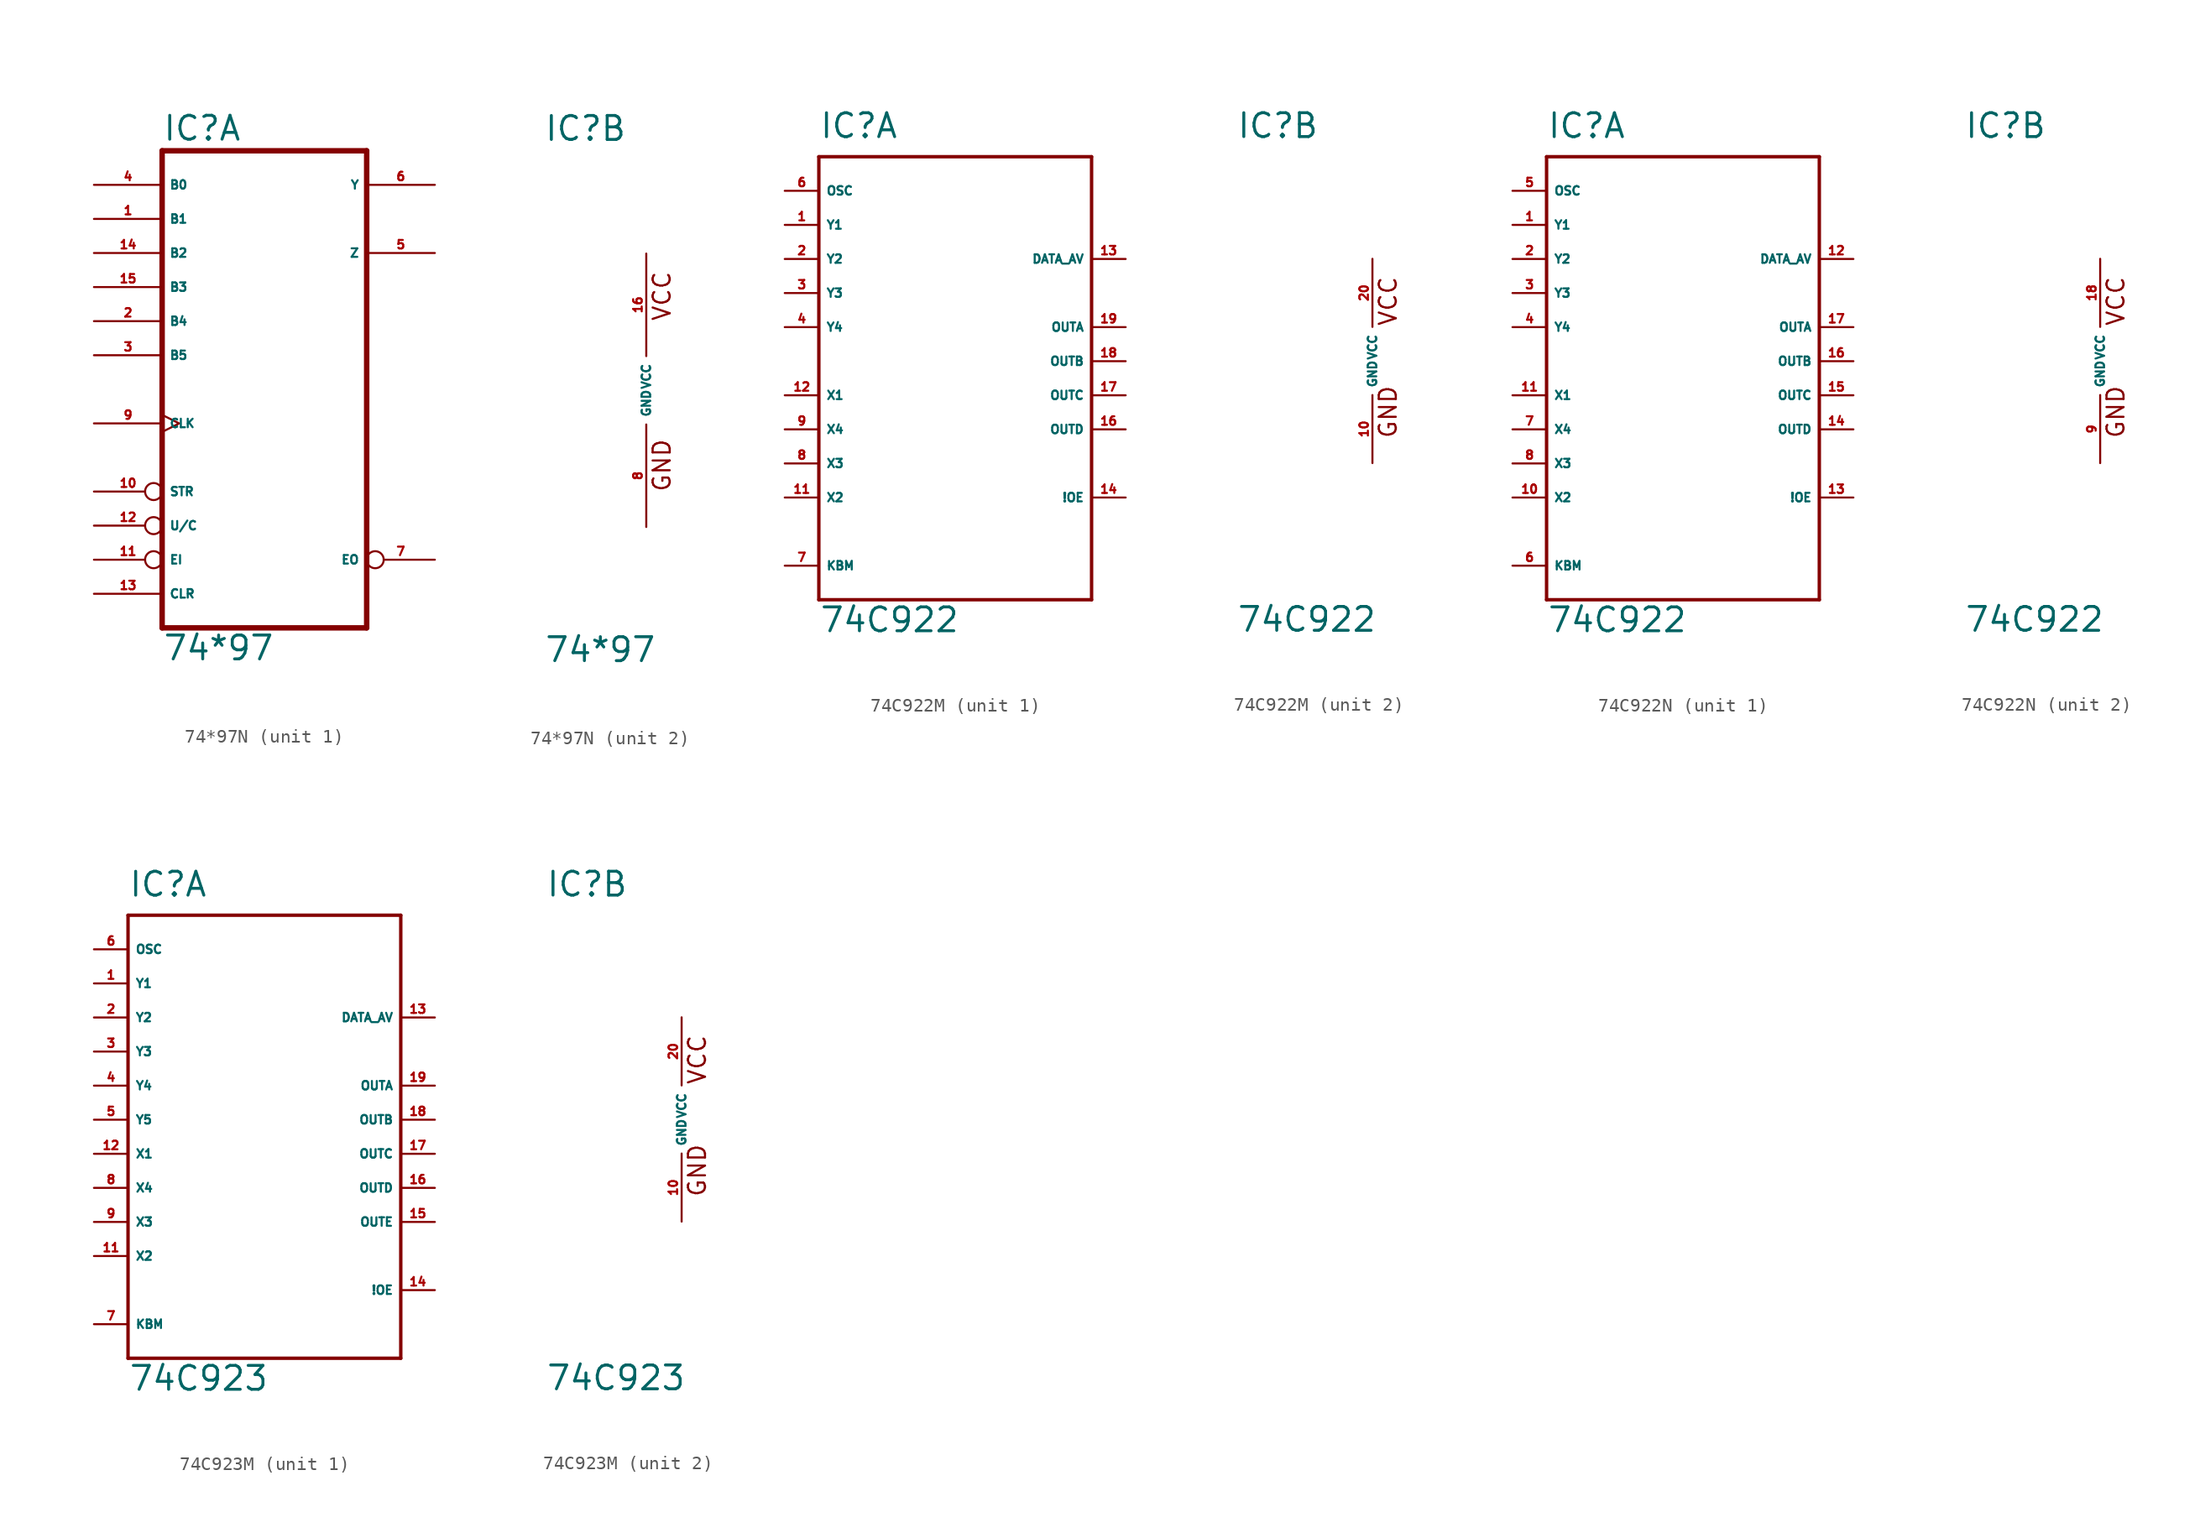
<source format=kicad_sym>
(kicad_symbol_lib
  (version 20220914)
  (generator Eagle2Kicad)
  (symbol "74*97N"
    (property "Reference" "IC"
      (at -7.62 18.415 0)
      (effects (font (size 1.778 1.778) (thickness 0.22)) (justify left bottom)))
    (property "Value" "74*97"
      (at -7.62 -20.32 0)
      (effects (font (size 1.778 1.778) (thickness 0.22)) (justify left bottom)))
    (symbol "74*97N_1_0"
      (polyline (pts (xy -7.62 -17.78) (xy 7.62 -17.78)) (stroke (width 0.406) (type default)) (fill (type none)))
      (polyline (pts (xy 7.62 -17.78) (xy 7.62 17.78)) (stroke (width 0.406) (type default)) (fill (type none)))
      (polyline (pts (xy 7.62 17.78) (xy -7.62 17.78)) (stroke (width 0.406) (type default)) (fill (type none)))
      (polyline (pts (xy -7.62 17.78) (xy -7.62 -17.78)) (stroke (width 0.406) (type default)) (fill (type none)))
      (pin input line (at -12.7 12.7 0) (length 5.08) (name "B1" (effects (font (size 0.635 0.635) (thickness 0.08)) (justify left bottom))) (number "1" (effects (font (size 0.635 0.635) (thickness 0.08)) (justify left bottom))))
      (pin input line (at -12.7 5.08 0) (length 5.08) (name "B4" (effects (font (size 0.635 0.635) (thickness 0.08)) (justify left bottom))) (number "2" (effects (font (size 0.635 0.635) (thickness 0.08)) (justify left bottom))))
      (pin input line (at -12.7 2.54 0) (length 5.08) (name "B5" (effects (font (size 0.635 0.635) (thickness 0.08)) (justify left bottom))) (number "3" (effects (font (size 0.635 0.635) (thickness 0.08)) (justify left bottom))))
      (pin input line (at -12.7 15.24 0) (length 5.08) (name "B0" (effects (font (size 0.635 0.635) (thickness 0.08)) (justify left bottom))) (number "4" (effects (font (size 0.635 0.635) (thickness 0.08)) (justify left bottom))))
      (pin output line (at 12.7 10.16 180) (length 5.08) (name "Z" (effects (font (size 0.635 0.635) (thickness 0.08)) (justify left bottom))) (number "5" (effects (font (size 0.635 0.635) (thickness 0.08)) (justify left bottom))))
      (pin output line (at 12.7 15.24 180) (length 5.08) (name "Y" (effects (font (size 0.635 0.635) (thickness 0.08)) (justify left bottom))) (number "6" (effects (font (size 0.635 0.635) (thickness 0.08)) (justify left bottom))))
      (pin output inverted (at 12.7 -12.7 180) (length 5.08) (name "EO" (effects (font (size 0.635 0.635) (thickness 0.08)) (justify left bottom))) (number "7" (effects (font (size 0.635 0.635) (thickness 0.08)) (justify left bottom))))
      (pin input clock (at -12.7 -2.54 0) (length 5.08) (name "CLK" (effects (font (size 0.635 0.635) (thickness 0.08)) (justify left bottom))) (number "9" (effects (font (size 0.635 0.635) (thickness 0.08)) (justify left bottom))))
      (pin input inverted (at -12.7 -7.62 0) (length 5.08) (name "STR" (effects (font (size 0.635 0.635) (thickness 0.08)) (justify left bottom))) (number "10" (effects (font (size 0.635 0.635) (thickness 0.08)) (justify left bottom))))
      (pin input inverted (at -12.7 -12.7 0) (length 5.08) (name "EI" (effects (font (size 0.635 0.635) (thickness 0.08)) (justify left bottom))) (number "11" (effects (font (size 0.635 0.635) (thickness 0.08)) (justify left bottom))))
      (pin input inverted (at -12.7 -10.16 0) (length 5.08) (name "U/C" (effects (font (size 0.635 0.635) (thickness 0.08)) (justify left bottom))) (number "12" (effects (font (size 0.635 0.635) (thickness 0.08)) (justify left bottom))))
      (pin input line (at -12.7 -15.24 0) (length 5.08) (name "CLR" (effects (font (size 0.635 0.635) (thickness 0.08)) (justify left bottom))) (number "13" (effects (font (size 0.635 0.635) (thickness 0.08)) (justify left bottom))))
      (pin input line (at -12.7 10.16 0) (length 5.08) (name "B2" (effects (font (size 0.635 0.635) (thickness 0.08)) (justify left bottom))) (number "14" (effects (font (size 0.635 0.635) (thickness 0.08)) (justify left bottom))))
      (pin input line (at -12.7 7.62 0) (length 5.08) (name "B3" (effects (font (size 0.635 0.635) (thickness 0.08)) (justify left bottom))) (number "15" (effects (font (size 0.635 0.635) (thickness 0.08)) (justify left bottom)))))
    (symbol "74*97N_2_0"
      (text "GND" (at 1.905 -7.62 900) (effects (font (size 1.27 1.27) (thickness 0.16)) (justify left bottom)))
      (text "VCC" (at 1.905 5.08 900) (effects (font (size 1.27 1.27) (thickness 0.16)) (justify left bottom)))
      (pin unspecified line (at 0 -10.16 90) (length 7.62) (name "GND" (effects (font (size 0.635 0.635) (thickness 0.08)) (justify left bottom))) (number "8" (effects (font (size 0.635 0.635) (thickness 0.08)) (justify left bottom))))
      (pin unspecified line (at 0 10.16 270) (length 7.62) (name "VCC" (effects (font (size 0.635 0.635) (thickness 0.08)) (justify left bottom))) (number "16" (effects (font (size 0.635 0.635) (thickness 0.08)) (justify left bottom))))))
  (symbol "74C922M"
    (property "Reference" "IC"
      (at -10.16 16.51 0)
      (effects (font (size 1.778 1.778) (thickness 0.22)) (justify left bottom)))
    (property "Value" "74C922"
      (at -10.16 -20.32 0)
      (effects (font (size 1.778 1.778) (thickness 0.22)) (justify left bottom)))
    (symbol "74C922M_1_0"
      (polyline (pts (xy -10.16 15.24) (xy 10.16 15.24)) (stroke (width 0.254) (type default)) (fill (type none)))
      (polyline (pts (xy 10.16 15.24) (xy 10.16 -17.78)) (stroke (width 0.254) (type default)) (fill (type none)))
      (polyline (pts (xy 10.16 -17.78) (xy -10.16 -17.78)) (stroke (width 0.254) (type default)) (fill (type none)))
      (polyline (pts (xy -10.16 -17.78) (xy -10.16 15.24)) (stroke (width 0.254) (type default)) (fill (type none)))
      (pin input line (at -12.7 10.16 0) (length 2.54) (name "Y1" (effects (font (size 0.635 0.635) (thickness 0.08)) (justify left bottom))) (number "1" (effects (font (size 0.635 0.635) (thickness 0.08)) (justify left bottom))))
      (pin input line (at -12.7 7.62 0) (length 2.54) (name "Y2" (effects (font (size 0.635 0.635) (thickness 0.08)) (justify left bottom))) (number "2" (effects (font (size 0.635 0.635) (thickness 0.08)) (justify left bottom))))
      (pin input line (at -12.7 5.08 0) (length 2.54) (name "Y3" (effects (font (size 0.635 0.635) (thickness 0.08)) (justify left bottom))) (number "3" (effects (font (size 0.635 0.635) (thickness 0.08)) (justify left bottom))))
      (pin input line (at -12.7 2.54 0) (length 2.54) (name "Y4" (effects (font (size 0.635 0.635) (thickness 0.08)) (justify left bottom))) (number "4" (effects (font (size 0.635 0.635) (thickness 0.08)) (justify left bottom))))
      (pin input line (at -12.7 12.7 0) (length 2.54) (name "OSC" (effects (font (size 0.635 0.635) (thickness 0.08)) (justify left bottom))) (number "6" (effects (font (size 0.635 0.635) (thickness 0.08)) (justify left bottom))))
      (pin input line (at -12.7 -15.24 0) (length 2.54) (name "KBM" (effects (font (size 0.635 0.635) (thickness 0.08)) (justify left bottom))) (number "7" (effects (font (size 0.635 0.635) (thickness 0.08)) (justify left bottom))))
      (pin input line (at -12.7 -2.54 0) (length 2.54) (name "X1" (effects (font (size 0.635 0.635) (thickness 0.08)) (justify left bottom))) (number "12" (effects (font (size 0.635 0.635) (thickness 0.08)) (justify left bottom))))
      (pin input line (at -12.7 -10.16 0) (length 2.54) (name "X2" (effects (font (size 0.635 0.635) (thickness 0.08)) (justify left bottom))) (number "11" (effects (font (size 0.635 0.635) (thickness 0.08)) (justify left bottom))))
      (pin input line (at -12.7 -7.62 0) (length 2.54) (name "X3" (effects (font (size 0.635 0.635) (thickness 0.08)) (justify left bottom))) (number "8" (effects (font (size 0.635 0.635) (thickness 0.08)) (justify left bottom))))
      (pin input line (at -12.7 -5.08 0) (length 2.54) (name "X4" (effects (font (size 0.635 0.635) (thickness 0.08)) (justify left bottom))) (number "9" (effects (font (size 0.635 0.635) (thickness 0.08)) (justify left bottom))))
      (pin output line (at 12.7 7.62 180) (length 2.54) (name "DATA_AV" (effects (font (size 0.635 0.635) (thickness 0.08)) (justify left bottom))) (number "13" (effects (font (size 0.635 0.635) (thickness 0.08)) (justify left bottom))))
      (pin input line (at 12.7 -10.16 180) (length 2.54) (name "!OE" (effects (font (size 0.635 0.635) (thickness 0.08)) (justify left bottom))) (number "14" (effects (font (size 0.635 0.635) (thickness 0.08)) (justify left bottom))))
      (pin output line (at 12.7 2.54 180) (length 2.54) (name "OUTA" (effects (font (size 0.635 0.635) (thickness 0.08)) (justify left bottom))) (number "19" (effects (font (size 0.635 0.635) (thickness 0.08)) (justify left bottom))))
      (pin output line (at 12.7 0 180) (length 2.54) (name "OUTB" (effects (font (size 0.635 0.635) (thickness 0.08)) (justify left bottom))) (number "18" (effects (font (size 0.635 0.635) (thickness 0.08)) (justify left bottom))))
      (pin output line (at 12.7 -2.54 180) (length 2.54) (name "OUTC" (effects (font (size 0.635 0.635) (thickness 0.08)) (justify left bottom))) (number "17" (effects (font (size 0.635 0.635) (thickness 0.08)) (justify left bottom))))
      (pin output line (at 12.7 -5.08 180) (length 2.54) (name "OUTD" (effects (font (size 0.635 0.635) (thickness 0.08)) (justify left bottom))) (number "16" (effects (font (size 0.635 0.635) (thickness 0.08)) (justify left bottom)))))
    (symbol "74C922M_2_0"
      (text "GND" (at 1.905 -5.842 900) (effects (font (size 1.27 1.27) (thickness 0.16)) (justify left bottom)))
      (text "VCC" (at 1.905 2.54 900) (effects (font (size 1.27 1.27) (thickness 0.16)) (justify left bottom)))
      (pin unspecified line (at 0 -7.62 90) (length 5.08) (name "GND" (effects (font (size 0.635 0.635) (thickness 0.08)) (justify left bottom))) (number "10" (effects (font (size 0.635 0.635) (thickness 0.08)) (justify left bottom))))
      (pin unspecified line (at 0 7.62 270) (length 5.08) (name "VCC" (effects (font (size 0.635 0.635) (thickness 0.08)) (justify left bottom))) (number "20" (effects (font (size 0.635 0.635) (thickness 0.08)) (justify left bottom))))))
  (symbol "74C922N"
    (property "Reference" "IC"
      (at -10.16 16.51 0)
      (effects (font (size 1.778 1.778) (thickness 0.22)) (justify left bottom)))
    (property "Value" "74C922"
      (at -10.16 -20.32 0)
      (effects (font (size 1.778 1.778) (thickness 0.22)) (justify left bottom)))
    (symbol "74C922N_1_0"
      (polyline (pts (xy -10.16 15.24) (xy 10.16 15.24)) (stroke (width 0.254) (type default)) (fill (type none)))
      (polyline (pts (xy 10.16 15.24) (xy 10.16 -17.78)) (stroke (width 0.254) (type default)) (fill (type none)))
      (polyline (pts (xy 10.16 -17.78) (xy -10.16 -17.78)) (stroke (width 0.254) (type default)) (fill (type none)))
      (polyline (pts (xy -10.16 -17.78) (xy -10.16 15.24)) (stroke (width 0.254) (type default)) (fill (type none)))
      (pin input line (at -12.7 10.16 0) (length 2.54) (name "Y1" (effects (font (size 0.635 0.635) (thickness 0.08)) (justify left bottom))) (number "1" (effects (font (size 0.635 0.635) (thickness 0.08)) (justify left bottom))))
      (pin input line (at -12.7 7.62 0) (length 2.54) (name "Y2" (effects (font (size 0.635 0.635) (thickness 0.08)) (justify left bottom))) (number "2" (effects (font (size 0.635 0.635) (thickness 0.08)) (justify left bottom))))
      (pin input line (at -12.7 5.08 0) (length 2.54) (name "Y3" (effects (font (size 0.635 0.635) (thickness 0.08)) (justify left bottom))) (number "3" (effects (font (size 0.635 0.635) (thickness 0.08)) (justify left bottom))))
      (pin input line (at -12.7 2.54 0) (length 2.54) (name "Y4" (effects (font (size 0.635 0.635) (thickness 0.08)) (justify left bottom))) (number "4" (effects (font (size 0.635 0.635) (thickness 0.08)) (justify left bottom))))
      (pin input line (at -12.7 12.7 0) (length 2.54) (name "OSC" (effects (font (size 0.635 0.635) (thickness 0.08)) (justify left bottom))) (number "5" (effects (font (size 0.635 0.635) (thickness 0.08)) (justify left bottom))))
      (pin input line (at -12.7 -15.24 0) (length 2.54) (name "KBM" (effects (font (size 0.635 0.635) (thickness 0.08)) (justify left bottom))) (number "6" (effects (font (size 0.635 0.635) (thickness 0.08)) (justify left bottom))))
      (pin input line (at -12.7 -2.54 0) (length 2.54) (name "X1" (effects (font (size 0.635 0.635) (thickness 0.08)) (justify left bottom))) (number "11" (effects (font (size 0.635 0.635) (thickness 0.08)) (justify left bottom))))
      (pin input line (at -12.7 -10.16 0) (length 2.54) (name "X2" (effects (font (size 0.635 0.635) (thickness 0.08)) (justify left bottom))) (number "10" (effects (font (size 0.635 0.635) (thickness 0.08)) (justify left bottom))))
      (pin input line (at -12.7 -7.62 0) (length 2.54) (name "X3" (effects (font (size 0.635 0.635) (thickness 0.08)) (justify left bottom))) (number "8" (effects (font (size 0.635 0.635) (thickness 0.08)) (justify left bottom))))
      (pin input line (at -12.7 -5.08 0) (length 2.54) (name "X4" (effects (font (size 0.635 0.635) (thickness 0.08)) (justify left bottom))) (number "7" (effects (font (size 0.635 0.635) (thickness 0.08)) (justify left bottom))))
      (pin output line (at 12.7 7.62 180) (length 2.54) (name "DATA_AV" (effects (font (size 0.635 0.635) (thickness 0.08)) (justify left bottom))) (number "12" (effects (font (size 0.635 0.635) (thickness 0.08)) (justify left bottom))))
      (pin input line (at 12.7 -10.16 180) (length 2.54) (name "!OE" (effects (font (size 0.635 0.635) (thickness 0.08)) (justify left bottom))) (number "13" (effects (font (size 0.635 0.635) (thickness 0.08)) (justify left bottom))))
      (pin output line (at 12.7 2.54 180) (length 2.54) (name "OUTA" (effects (font (size 0.635 0.635) (thickness 0.08)) (justify left bottom))) (number "17" (effects (font (size 0.635 0.635) (thickness 0.08)) (justify left bottom))))
      (pin output line (at 12.7 0 180) (length 2.54) (name "OUTB" (effects (font (size 0.635 0.635) (thickness 0.08)) (justify left bottom))) (number "16" (effects (font (size 0.635 0.635) (thickness 0.08)) (justify left bottom))))
      (pin output line (at 12.7 -2.54 180) (length 2.54) (name "OUTC" (effects (font (size 0.635 0.635) (thickness 0.08)) (justify left bottom))) (number "15" (effects (font (size 0.635 0.635) (thickness 0.08)) (justify left bottom))))
      (pin output line (at 12.7 -5.08 180) (length 2.54) (name "OUTD" (effects (font (size 0.635 0.635) (thickness 0.08)) (justify left bottom))) (number "14" (effects (font (size 0.635 0.635) (thickness 0.08)) (justify left bottom)))))
    (symbol "74C922N_2_0"
      (text "GND" (at 1.905 -5.842 900) (effects (font (size 1.27 1.27) (thickness 0.16)) (justify left bottom)))
      (text "VCC" (at 1.905 2.54 900) (effects (font (size 1.27 1.27) (thickness 0.16)) (justify left bottom)))
      (pin unspecified line (at 0 -7.62 90) (length 5.08) (name "GND" (effects (font (size 0.635 0.635) (thickness 0.08)) (justify left bottom))) (number "9" (effects (font (size 0.635 0.635) (thickness 0.08)) (justify left bottom))))
      (pin unspecified line (at 0 7.62 270) (length 5.08) (name "VCC" (effects (font (size 0.635 0.635) (thickness 0.08)) (justify left bottom))) (number "18" (effects (font (size 0.635 0.635) (thickness 0.08)) (justify left bottom))))))
  (symbol "74C923M"
    (property "Reference" "IC"
      (at -10.16 16.51 0)
      (effects (font (size 1.778 1.778) (thickness 0.22)) (justify left bottom)))
    (property "Value" "74C923"
      (at -10.16 -20.32 0)
      (effects (font (size 1.778 1.778) (thickness 0.22)) (justify left bottom)))
    (symbol "74C923M_1_0"
      (polyline (pts (xy -10.16 15.24) (xy 10.16 15.24)) (stroke (width 0.254) (type default)) (fill (type none)))
      (polyline (pts (xy 10.16 15.24) (xy 10.16 -17.78)) (stroke (width 0.254) (type default)) (fill (type none)))
      (polyline (pts (xy 10.16 -17.78) (xy -10.16 -17.78)) (stroke (width 0.254) (type default)) (fill (type none)))
      (polyline (pts (xy -10.16 -17.78) (xy -10.16 15.24)) (stroke (width 0.254) (type default)) (fill (type none)))
      (pin input line (at -12.7 10.16 0) (length 2.54) (name "Y1" (effects (font (size 0.635 0.635) (thickness 0.08)) (justify left bottom))) (number "1" (effects (font (size 0.635 0.635) (thickness 0.08)) (justify left bottom))))
      (pin input line (at -12.7 7.62 0) (length 2.54) (name "Y2" (effects (font (size 0.635 0.635) (thickness 0.08)) (justify left bottom))) (number "2" (effects (font (size 0.635 0.635) (thickness 0.08)) (justify left bottom))))
      (pin input line (at -12.7 5.08 0) (length 2.54) (name "Y3" (effects (font (size 0.635 0.635) (thickness 0.08)) (justify left bottom))) (number "3" (effects (font (size 0.635 0.635) (thickness 0.08)) (justify left bottom))))
      (pin input line (at -12.7 2.54 0) (length 2.54) (name "Y4" (effects (font (size 0.635 0.635) (thickness 0.08)) (justify left bottom))) (number "4" (effects (font (size 0.635 0.635) (thickness 0.08)) (justify left bottom))))
      (pin input line (at -12.7 12.7 0) (length 2.54) (name "OSC" (effects (font (size 0.635 0.635) (thickness 0.08)) (justify left bottom))) (number "6" (effects (font (size 0.635 0.635) (thickness 0.08)) (justify left bottom))))
      (pin input line (at -12.7 -15.24 0) (length 2.54) (name "KBM" (effects (font (size 0.635 0.635) (thickness 0.08)) (justify left bottom))) (number "7" (effects (font (size 0.635 0.635) (thickness 0.08)) (justify left bottom))))
      (pin input line (at -12.7 -2.54 0) (length 2.54) (name "X1" (effects (font (size 0.635 0.635) (thickness 0.08)) (justify left bottom))) (number "12" (effects (font (size 0.635 0.635) (thickness 0.08)) (justify left bottom))))
      (pin input line (at -12.7 -10.16 0) (length 2.54) (name "X2" (effects (font (size 0.635 0.635) (thickness 0.08)) (justify left bottom))) (number "11" (effects (font (size 0.635 0.635) (thickness 0.08)) (justify left bottom))))
      (pin input line (at -12.7 -7.62 0) (length 2.54) (name "X3" (effects (font (size 0.635 0.635) (thickness 0.08)) (justify left bottom))) (number "9" (effects (font (size 0.635 0.635) (thickness 0.08)) (justify left bottom))))
      (pin input line (at -12.7 -5.08 0) (length 2.54) (name "X4" (effects (font (size 0.635 0.635) (thickness 0.08)) (justify left bottom))) (number "8" (effects (font (size 0.635 0.635) (thickness 0.08)) (justify left bottom))))
      (pin output line (at 12.7 7.62 180) (length 2.54) (name "DATA_AV" (effects (font (size 0.635 0.635) (thickness 0.08)) (justify left bottom))) (number "13" (effects (font (size 0.635 0.635) (thickness 0.08)) (justify left bottom))))
      (pin input line (at 12.7 -12.7 180) (length 2.54) (name "!OE" (effects (font (size 0.635 0.635) (thickness 0.08)) (justify left bottom))) (number "14" (effects (font (size 0.635 0.635) (thickness 0.08)) (justify left bottom))))
      (pin output line (at 12.7 2.54 180) (length 2.54) (name "OUTA" (effects (font (size 0.635 0.635) (thickness 0.08)) (justify left bottom))) (number "19" (effects (font (size 0.635 0.635) (thickness 0.08)) (justify left bottom))))
      (pin output line (at 12.7 0 180) (length 2.54) (name "OUTB" (effects (font (size 0.635 0.635) (thickness 0.08)) (justify left bottom))) (number "18" (effects (font (size 0.635 0.635) (thickness 0.08)) (justify left bottom))))
      (pin output line (at 12.7 -2.54 180) (length 2.54) (name "OUTC" (effects (font (size 0.635 0.635) (thickness 0.08)) (justify left bottom))) (number "17" (effects (font (size 0.635 0.635) (thickness 0.08)) (justify left bottom))))
      (pin output line (at 12.7 -5.08 180) (length 2.54) (name "OUTD" (effects (font (size 0.635 0.635) (thickness 0.08)) (justify left bottom))) (number "16" (effects (font (size 0.635 0.635) (thickness 0.08)) (justify left bottom))))
      (pin input line (at -12.7 0 0) (length 2.54) (name "Y5" (effects (font (size 0.635 0.635) (thickness 0.08)) (justify left bottom))) (number "5" (effects (font (size 0.635 0.635) (thickness 0.08)) (justify left bottom))))
      (pin output line (at 12.7 -7.62 180) (length 2.54) (name "OUTE" (effects (font (size 0.635 0.635) (thickness 0.08)) (justify left bottom))) (number "15" (effects (font (size 0.635 0.635) (thickness 0.08)) (justify left bottom)))))
    (symbol "74C923M_2_0"
      (text "GND" (at 1.905 -5.842 900) (effects (font (size 1.27 1.27) (thickness 0.16)) (justify left bottom)))
      (text "VCC" (at 1.905 2.54 900) (effects (font (size 1.27 1.27) (thickness 0.16)) (justify left bottom)))
      (pin unspecified line (at 0 -7.62 90) (length 5.08) (name "GND" (effects (font (size 0.635 0.635) (thickness 0.08)) (justify left bottom))) (number "10" (effects (font (size 0.635 0.635) (thickness 0.08)) (justify left bottom))))
      (pin unspecified line (at 0 7.62 270) (length 5.08) (name "VCC" (effects (font (size 0.635 0.635) (thickness 0.08)) (justify left bottom))) (number "20" (effects (font (size 0.635 0.635) (thickness 0.08)) (justify left bottom)))))))
</source>
